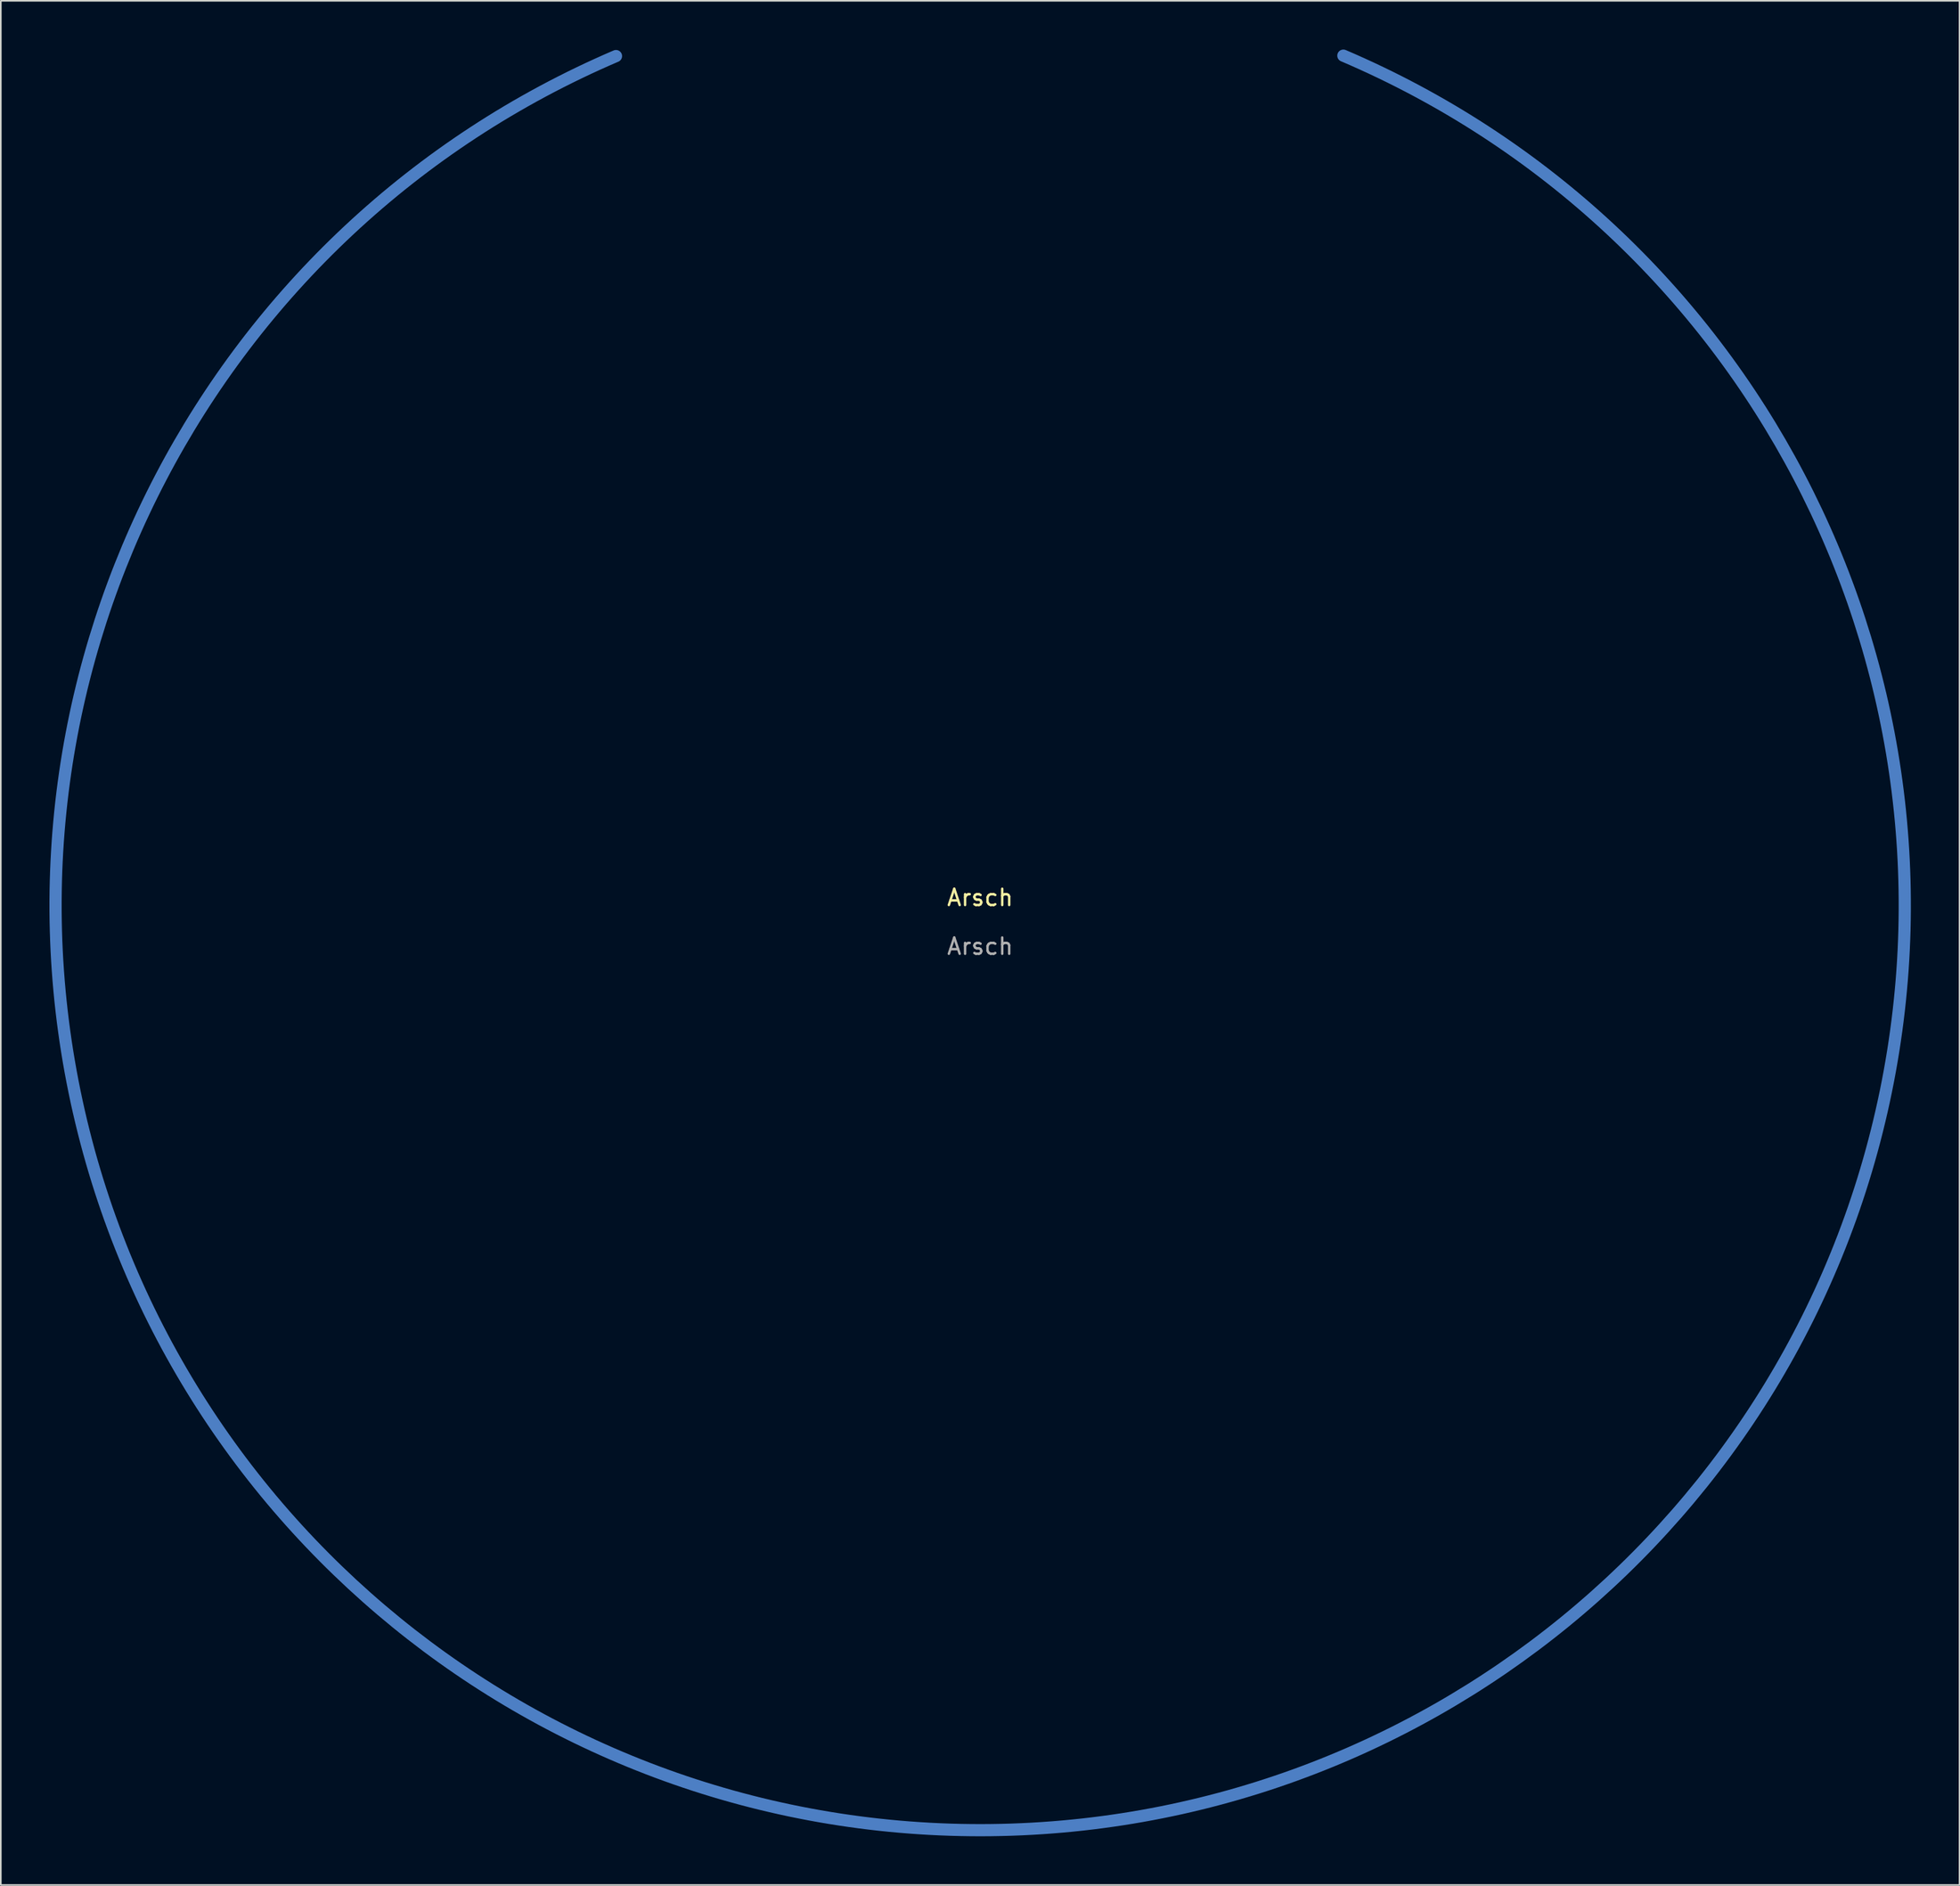
<source format=kicad_pcb>
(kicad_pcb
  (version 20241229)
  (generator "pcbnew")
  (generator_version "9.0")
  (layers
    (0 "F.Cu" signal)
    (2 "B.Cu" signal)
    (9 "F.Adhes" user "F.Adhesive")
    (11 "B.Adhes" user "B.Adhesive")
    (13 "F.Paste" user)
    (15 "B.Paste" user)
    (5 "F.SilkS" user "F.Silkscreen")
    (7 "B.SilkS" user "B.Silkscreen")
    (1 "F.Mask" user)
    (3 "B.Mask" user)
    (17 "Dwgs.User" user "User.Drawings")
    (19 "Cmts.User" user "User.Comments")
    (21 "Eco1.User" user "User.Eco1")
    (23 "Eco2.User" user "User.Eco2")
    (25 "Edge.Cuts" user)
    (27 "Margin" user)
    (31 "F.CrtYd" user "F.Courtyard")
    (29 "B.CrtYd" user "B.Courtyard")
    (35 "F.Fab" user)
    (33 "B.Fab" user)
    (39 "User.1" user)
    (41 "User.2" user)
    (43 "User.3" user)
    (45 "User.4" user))
  (footprint "Arsch"
    (layer "F.Cu")
    (at 57.273 52.699)
    (property "Reference" "Arsch" (at 0 -0.5 0) (unlocked yes) (layer "F.SilkS") (effects (font (size 1 1) (thickness 0.15))))
    (attr smd)
    (fp_arc (start 22.352 -52.323999) (mid 0.033352 56.898257) (end -22.413325 -52.297759) (stroke (width 0.75) (type solid)) (layer "B.Cu"))
    (fp_text user "${REFERENCE}" (at 0 2.5 0) (unlocked yes) (layer "F.Fab") (effects (font (size 1 1) (thickness 0.15)))))
  (gr_rect
    (start -3 -3)
    (end 117.547 112.972)
    (stroke (width 0.1) (type default))
    (fill no)
    (layer "Edge.Cuts")))
</source>
